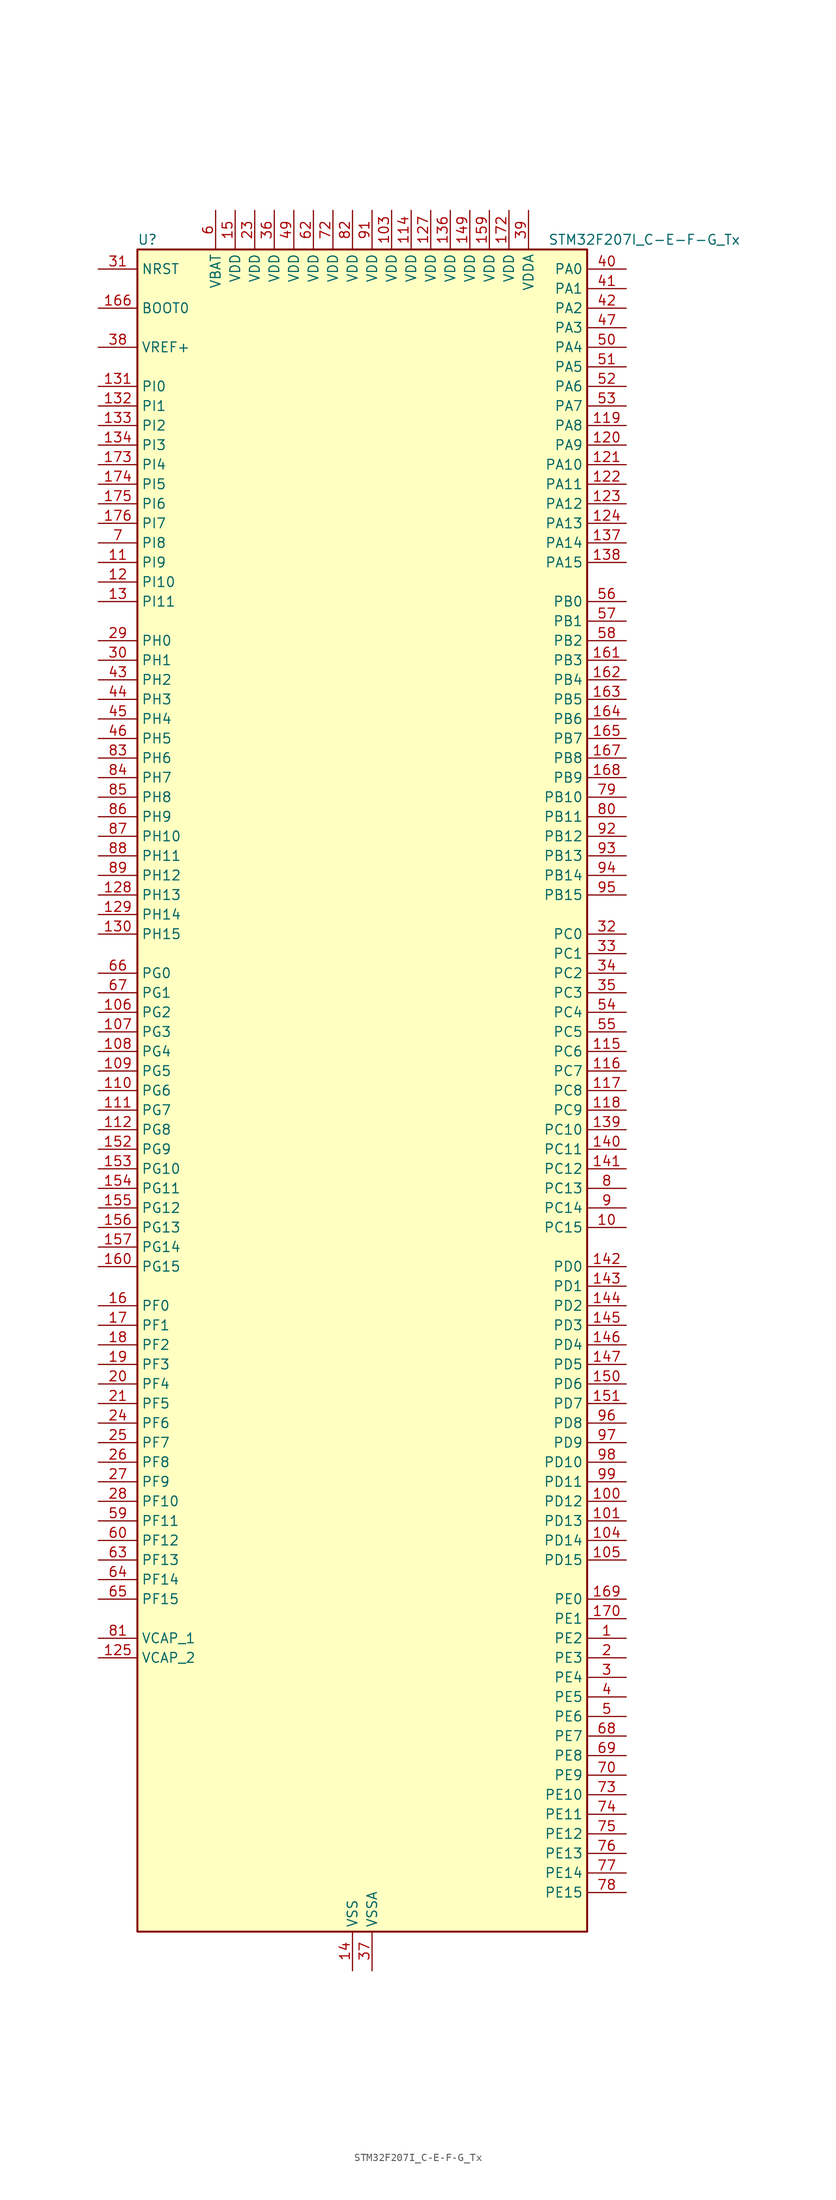
<source format=kicad_sym>
(kicad_symbol_lib
  (version 20231120)
  (generator "kicad_symbol_editor")
  (generator_version "8.0")
  (symbol "STM32F207I_C-E-F-G_Tx"
    (property "Reference" "U"
      (at -27.94 110.49 0)
      (effects (font (size 1.27 1.27)) (justify left)))
    (property "Value" "STM32F207I_C-E-F-G_Tx"
      (at 25.4 110.49 0)
      (effects (font (size 1.27 1.27)) (justify left)))
    (property "ki_locked" ""
      (at 0 0 0)
      (effects (font (size 1.27 1.27))))
    (symbol "STM32F207I_C-E-F-G_Tx_0_1"
      (rectangle (start -27.94 -109.22) (end 30.48 109.22) (stroke (width 0.254) (type default)) (fill (type background))))
    (symbol "STM32F207I_C-E-F-G_Tx_1_1"
      (pin bidirectional line (at 35.56 -71.12 180) (length 5.08) (name "PE2" (effects (font (size 1.27 1.27)))) (number "1" (effects (font (size 1.27 1.27)))) (alternate "ETH_TXD3" bidirectional line) (alternate "FSMC_A23" bidirectional line) (alternate "SYS_TRACECLK" bidirectional line))
      (pin bidirectional line (at 35.56 -17.78 180) (length 5.08) (name "PC15" (effects (font (size 1.27 1.27)))) (number "10" (effects (font (size 1.27 1.27)))) (alternate "ADC1_EXTI15" bidirectional line) (alternate "ADC2_EXTI15" bidirectional line) (alternate "ADC3_EXTI15" bidirectional line) (alternate "RCC_OSC32_OUT" bidirectional line))
      (pin bidirectional line (at 35.56 -53.34 180) (length 5.08) (name "PD12" (effects (font (size 1.27 1.27)))) (number "100" (effects (font (size 1.27 1.27)))) (alternate "FSMC_A17" bidirectional line) (alternate "FSMC_ALE" bidirectional line) (alternate "TIM4_CH1" bidirectional line) (alternate "USART3_RTS" bidirectional line))
      (pin bidirectional line (at 35.56 -55.88 180) (length 5.08) (name "PD13" (effects (font (size 1.27 1.27)))) (number "101" (effects (font (size 1.27 1.27)))) (alternate "FSMC_A18" bidirectional line) (alternate "TIM4_CH2" bidirectional line))
      (pin passive line (at 0 -114.3 90) (length 5.08) hide (name "VSS" (effects (font (size 1.27 1.27)))) (number "102" (effects (font (size 1.27 1.27)))))
      (pin power_in line (at 5.08 114.3 270) (length 5.08) (name "VDD" (effects (font (size 1.27 1.27)))) (number "103" (effects (font (size 1.27 1.27)))))
      (pin bidirectional line (at 35.56 -58.42 180) (length 5.08) (name "PD14" (effects (font (size 1.27 1.27)))) (number "104" (effects (font (size 1.27 1.27)))) (alternate "FSMC_D0" bidirectional line) (alternate "FSMC_DA0" bidirectional line) (alternate "TIM4_CH3" bidirectional line))
      (pin bidirectional line (at 35.56 -60.96 180) (length 5.08) (name "PD15" (effects (font (size 1.27 1.27)))) (number "105" (effects (font (size 1.27 1.27)))) (alternate "ADC1_EXTI15" bidirectional line) (alternate "ADC2_EXTI15" bidirectional line) (alternate "ADC3_EXTI15" bidirectional line) (alternate "FSMC_D1" bidirectional line) (alternate "FSMC_DA1" bidirectional line) (alternate "TIM4_CH4" bidirectional line))
      (pin bidirectional line (at -33.02 10.16 0) (length 5.08) (name "PG2" (effects (font (size 1.27 1.27)))) (number "106" (effects (font (size 1.27 1.27)))) (alternate "FSMC_A12" bidirectional line))
      (pin bidirectional line (at -33.02 7.62 0) (length 5.08) (name "PG3" (effects (font (size 1.27 1.27)))) (number "107" (effects (font (size 1.27 1.27)))) (alternate "FSMC_A13" bidirectional line))
      (pin bidirectional line (at -33.02 5.08 0) (length 5.08) (name "PG4" (effects (font (size 1.27 1.27)))) (number "108" (effects (font (size 1.27 1.27)))) (alternate "FSMC_A14" bidirectional line))
      (pin bidirectional line (at -33.02 2.54 0) (length 5.08) (name "PG5" (effects (font (size 1.27 1.27)))) (number "109" (effects (font (size 1.27 1.27)))) (alternate "FSMC_A15" bidirectional line))
      (pin bidirectional line (at -33.02 68.58 0) (length 5.08) (name "PI9" (effects (font (size 1.27 1.27)))) (number "11" (effects (font (size 1.27 1.27)))) (alternate "CAN1_RX" bidirectional line) (alternate "DAC_EXTI9" bidirectional line))
      (pin bidirectional line (at -33.02 0 0) (length 5.08) (name "PG6" (effects (font (size 1.27 1.27)))) (number "110" (effects (font (size 1.27 1.27)))) (alternate "FSMC_INT2" bidirectional line))
      (pin bidirectional line (at -33.02 -2.54 0) (length 5.08) (name "PG7" (effects (font (size 1.27 1.27)))) (number "111" (effects (font (size 1.27 1.27)))) (alternate "FSMC_INT3" bidirectional line) (alternate "USART6_CK" bidirectional line))
      (pin bidirectional line (at -33.02 -5.08 0) (length 5.08) (name "PG8" (effects (font (size 1.27 1.27)))) (number "112" (effects (font (size 1.27 1.27)))) (alternate "ETH_PPS_OUT" bidirectional line) (alternate "USART6_RTS" bidirectional line))
      (pin passive line (at 0 -114.3 90) (length 5.08) hide (name "VSS" (effects (font (size 1.27 1.27)))) (number "113" (effects (font (size 1.27 1.27)))))
      (pin power_in line (at 7.62 114.3 270) (length 5.08) (name "VDD" (effects (font (size 1.27 1.27)))) (number "114" (effects (font (size 1.27 1.27)))))
      (pin bidirectional line (at 35.56 5.08 180) (length 5.08) (name "PC6" (effects (font (size 1.27 1.27)))) (number "115" (effects (font (size 1.27 1.27)))) (alternate "DCMI_D0" bidirectional line) (alternate "I2S2_MCK" bidirectional line) (alternate "SDIO_D6" bidirectional line) (alternate "TIM3_CH1" bidirectional line) (alternate "TIM8_CH1" bidirectional line) (alternate "USART6_TX" bidirectional line))
      (pin bidirectional line (at 35.56 2.54 180) (length 5.08) (name "PC7" (effects (font (size 1.27 1.27)))) (number "116" (effects (font (size 1.27 1.27)))) (alternate "DCMI_D1" bidirectional line) (alternate "I2S3_MCK" bidirectional line) (alternate "SDIO_D7" bidirectional line) (alternate "TIM3_CH2" bidirectional line) (alternate "TIM8_CH2" bidirectional line) (alternate "USART6_RX" bidirectional line))
      (pin bidirectional line (at 35.56 0 180) (length 5.08) (name "PC8" (effects (font (size 1.27 1.27)))) (number "117" (effects (font (size 1.27 1.27)))) (alternate "DCMI_D2" bidirectional line) (alternate "SDIO_D0" bidirectional line) (alternate "TIM3_CH3" bidirectional line) (alternate "TIM8_CH3" bidirectional line) (alternate "USART6_CK" bidirectional line))
      (pin bidirectional line (at 35.56 -2.54 180) (length 5.08) (name "PC9" (effects (font (size 1.27 1.27)))) (number "118" (effects (font (size 1.27 1.27)))) (alternate "DAC_EXTI9" bidirectional line) (alternate "DCMI_D3" bidirectional line) (alternate "I2C3_SDA" bidirectional line) (alternate "I2S_CKIN" bidirectional line) (alternate "RCC_MCO_2" bidirectional line) (alternate "SDIO_D1" bidirectional line) (alternate "TIM3_CH4" bidirectional line) (alternate "TIM8_CH4" bidirectional line))
      (pin bidirectional line (at 35.56 86.36 180) (length 5.08) (name "PA8" (effects (font (size 1.27 1.27)))) (number "119" (effects (font (size 1.27 1.27)))) (alternate "I2C3_SCL" bidirectional line) (alternate "RCC_MCO_1" bidirectional line) (alternate "TIM1_CH1" bidirectional line) (alternate "USART1_CK" bidirectional line) (alternate "USB_OTG_FS_SOF" bidirectional line))
      (pin bidirectional line (at -33.02 66.04 0) (length 5.08) (name "PI10" (effects (font (size 1.27 1.27)))) (number "12" (effects (font (size 1.27 1.27)))) (alternate "ETH_RX_ER" bidirectional line))
      (pin bidirectional line (at 35.56 83.82 180) (length 5.08) (name "PA9" (effects (font (size 1.27 1.27)))) (number "120" (effects (font (size 1.27 1.27)))) (alternate "DAC_EXTI9" bidirectional line) (alternate "DCMI_D0" bidirectional line) (alternate "I2C3_SMBA" bidirectional line) (alternate "TIM1_CH2" bidirectional line) (alternate "USART1_TX" bidirectional line) (alternate "USB_OTG_FS_VBUS" bidirectional line))
      (pin bidirectional line (at 35.56 81.28 180) (length 5.08) (name "PA10" (effects (font (size 1.27 1.27)))) (number "121" (effects (font (size 1.27 1.27)))) (alternate "DCMI_D1" bidirectional line) (alternate "TIM1_CH3" bidirectional line) (alternate "USART1_RX" bidirectional line) (alternate "USB_OTG_FS_ID" bidirectional line))
      (pin bidirectional line (at 35.56 78.74 180) (length 5.08) (name "PA11" (effects (font (size 1.27 1.27)))) (number "122" (effects (font (size 1.27 1.27)))) (alternate "ADC1_EXTI11" bidirectional line) (alternate "ADC2_EXTI11" bidirectional line) (alternate "ADC3_EXTI11" bidirectional line) (alternate "CAN1_RX" bidirectional line) (alternate "TIM1_CH4" bidirectional line) (alternate "USART1_CTS" bidirectional line) (alternate "USB_OTG_FS_DM" bidirectional line))
      (pin bidirectional line (at 35.56 76.2 180) (length 5.08) (name "PA12" (effects (font (size 1.27 1.27)))) (number "123" (effects (font (size 1.27 1.27)))) (alternate "CAN1_TX" bidirectional line) (alternate "TIM1_ETR" bidirectional line) (alternate "USART1_RTS" bidirectional line) (alternate "USB_OTG_FS_DP" bidirectional line))
      (pin bidirectional line (at 35.56 73.66 180) (length 5.08) (name "PA13" (effects (font (size 1.27 1.27)))) (number "124" (effects (font (size 1.27 1.27)))) (alternate "SYS_JTMS-SWDIO" bidirectional line))
      (pin power_out line (at -33.02 -73.66 0) (length 5.08) (name "VCAP_2" (effects (font (size 1.27 1.27)))) (number "125" (effects (font (size 1.27 1.27)))))
      (pin passive line (at 0 -114.3 90) (length 5.08) hide (name "VSS" (effects (font (size 1.27 1.27)))) (number "126" (effects (font (size 1.27 1.27)))))
      (pin power_in line (at 10.16 114.3 270) (length 5.08) (name "VDD" (effects (font (size 1.27 1.27)))) (number "127" (effects (font (size 1.27 1.27)))))
      (pin bidirectional line (at -33.02 25.4 0) (length 5.08) (name "PH13" (effects (font (size 1.27 1.27)))) (number "128" (effects (font (size 1.27 1.27)))) (alternate "CAN1_TX" bidirectional line) (alternate "TIM8_CH1N" bidirectional line))
      (pin bidirectional line (at -33.02 22.86 0) (length 5.08) (name "PH14" (effects (font (size 1.27 1.27)))) (number "129" (effects (font (size 1.27 1.27)))) (alternate "DCMI_D4" bidirectional line) (alternate "TIM8_CH2N" bidirectional line))
      (pin bidirectional line (at -33.02 63.5 0) (length 5.08) (name "PI11" (effects (font (size 1.27 1.27)))) (number "13" (effects (font (size 1.27 1.27)))) (alternate "ADC1_EXTI11" bidirectional line) (alternate "ADC2_EXTI11" bidirectional line) (alternate "ADC3_EXTI11" bidirectional line) (alternate "USB_OTG_HS_ULPI_DIR" bidirectional line))
      (pin bidirectional line (at -33.02 20.32 0) (length 5.08) (name "PH15" (effects (font (size 1.27 1.27)))) (number "130" (effects (font (size 1.27 1.27)))) (alternate "ADC1_EXTI15" bidirectional line) (alternate "ADC2_EXTI15" bidirectional line) (alternate "ADC3_EXTI15" bidirectional line) (alternate "DCMI_D11" bidirectional line) (alternate "TIM8_CH3N" bidirectional line))
      (pin bidirectional line (at -33.02 91.44 0) (length 5.08) (name "PI0" (effects (font (size 1.27 1.27)))) (number "131" (effects (font (size 1.27 1.27)))) (alternate "DCMI_D13" bidirectional line) (alternate "I2S2_WS" bidirectional line) (alternate "SPI2_NSS" bidirectional line) (alternate "TIM5_CH4" bidirectional line))
      (pin bidirectional line (at -33.02 88.9 0) (length 5.08) (name "PI1" (effects (font (size 1.27 1.27)))) (number "132" (effects (font (size 1.27 1.27)))) (alternate "DCMI_D8" bidirectional line) (alternate "I2S2_SCK" bidirectional line) (alternate "SPI2_SCK" bidirectional line))
      (pin bidirectional line (at -33.02 86.36 0) (length 5.08) (name "PI2" (effects (font (size 1.27 1.27)))) (number "133" (effects (font (size 1.27 1.27)))) (alternate "DCMI_D9" bidirectional line) (alternate "SPI2_MISO" bidirectional line) (alternate "TIM8_CH4" bidirectional line))
      (pin bidirectional line (at -33.02 83.82 0) (length 5.08) (name "PI3" (effects (font (size 1.27 1.27)))) (number "134" (effects (font (size 1.27 1.27)))) (alternate "DCMI_D10" bidirectional line) (alternate "I2S2_SD" bidirectional line) (alternate "SPI2_MOSI" bidirectional line) (alternate "TIM8_ETR" bidirectional line))
      (pin passive line (at 0 -114.3 90) (length 5.08) hide (name "VSS" (effects (font (size 1.27 1.27)))) (number "135" (effects (font (size 1.27 1.27)))))
      (pin power_in line (at 12.7 114.3 270) (length 5.08) (name "VDD" (effects (font (size 1.27 1.27)))) (number "136" (effects (font (size 1.27 1.27)))))
      (pin bidirectional line (at 35.56 71.12 180) (length 5.08) (name "PA14" (effects (font (size 1.27 1.27)))) (number "137" (effects (font (size 1.27 1.27)))) (alternate "SYS_JTCK-SWCLK" bidirectional line))
      (pin bidirectional line (at 35.56 68.58 180) (length 5.08) (name "PA15" (effects (font (size 1.27 1.27)))) (number "138" (effects (font (size 1.27 1.27)))) (alternate "ADC1_EXTI15" bidirectional line) (alternate "ADC2_EXTI15" bidirectional line) (alternate "ADC3_EXTI15" bidirectional line) (alternate "I2S3_WS" bidirectional line) (alternate "SPI1_NSS" bidirectional line) (alternate "SPI3_NSS" bidirectional line) (alternate "SYS_JTDI" bidirectional line) (alternate "TIM2_CH1" bidirectional line) (alternate "TIM2_ETR" bidirectional line))
      (pin bidirectional line (at 35.56 -5.08 180) (length 5.08) (name "PC10" (effects (font (size 1.27 1.27)))) (number "139" (effects (font (size 1.27 1.27)))) (alternate "DCMI_D8" bidirectional line) (alternate "I2S3_SCK" bidirectional line) (alternate "SDIO_D2" bidirectional line) (alternate "SPI3_SCK" bidirectional line) (alternate "UART4_TX" bidirectional line) (alternate "USART3_TX" bidirectional line))
      (pin power_in line (at 0 -114.3 90) (length 5.08) (name "VSS" (effects (font (size 1.27 1.27)))) (number "14" (effects (font (size 1.27 1.27)))))
      (pin bidirectional line (at 35.56 -7.62 180) (length 5.08) (name "PC11" (effects (font (size 1.27 1.27)))) (number "140" (effects (font (size 1.27 1.27)))) (alternate "ADC1_EXTI11" bidirectional line) (alternate "ADC2_EXTI11" bidirectional line) (alternate "ADC3_EXTI11" bidirectional line) (alternate "DCMI_D4" bidirectional line) (alternate "SDIO_D3" bidirectional line) (alternate "SPI3_MISO" bidirectional line) (alternate "UART4_RX" bidirectional line) (alternate "USART3_RX" bidirectional line))
      (pin bidirectional line (at 35.56 -10.16 180) (length 5.08) (name "PC12" (effects (font (size 1.27 1.27)))) (number "141" (effects (font (size 1.27 1.27)))) (alternate "DCMI_D9" bidirectional line) (alternate "I2S3_SD" bidirectional line) (alternate "SDIO_CK" bidirectional line) (alternate "SPI3_MOSI" bidirectional line) (alternate "UART5_TX" bidirectional line) (alternate "USART3_CK" bidirectional line))
      (pin bidirectional line (at 35.56 -22.86 180) (length 5.08) (name "PD0" (effects (font (size 1.27 1.27)))) (number "142" (effects (font (size 1.27 1.27)))) (alternate "CAN1_RX" bidirectional line) (alternate "FSMC_D2" bidirectional line) (alternate "FSMC_DA2" bidirectional line))
      (pin bidirectional line (at 35.56 -25.4 180) (length 5.08) (name "PD1" (effects (font (size 1.27 1.27)))) (number "143" (effects (font (size 1.27 1.27)))) (alternate "CAN1_TX" bidirectional line) (alternate "FSMC_D3" bidirectional line) (alternate "FSMC_DA3" bidirectional line))
      (pin bidirectional line (at 35.56 -27.94 180) (length 5.08) (name "PD2" (effects (font (size 1.27 1.27)))) (number "144" (effects (font (size 1.27 1.27)))) (alternate "DCMI_D11" bidirectional line) (alternate "SDIO_CMD" bidirectional line) (alternate "TIM3_ETR" bidirectional line) (alternate "UART5_RX" bidirectional line))
      (pin bidirectional line (at 35.56 -30.48 180) (length 5.08) (name "PD3" (effects (font (size 1.27 1.27)))) (number "145" (effects (font (size 1.27 1.27)))) (alternate "FSMC_CLK" bidirectional line) (alternate "USART2_CTS" bidirectional line))
      (pin bidirectional line (at 35.56 -33.02 180) (length 5.08) (name "PD4" (effects (font (size 1.27 1.27)))) (number "146" (effects (font (size 1.27 1.27)))) (alternate "FSMC_NOE" bidirectional line) (alternate "USART2_RTS" bidirectional line))
      (pin bidirectional line (at 35.56 -35.56 180) (length 5.08) (name "PD5" (effects (font (size 1.27 1.27)))) (number "147" (effects (font (size 1.27 1.27)))) (alternate "FSMC_NWE" bidirectional line) (alternate "USART2_TX" bidirectional line))
      (pin passive line (at 0 -114.3 90) (length 5.08) hide (name "VSS" (effects (font (size 1.27 1.27)))) (number "148" (effects (font (size 1.27 1.27)))))
      (pin power_in line (at 15.24 114.3 270) (length 5.08) (name "VDD" (effects (font (size 1.27 1.27)))) (number "149" (effects (font (size 1.27 1.27)))))
      (pin power_in line (at -15.24 114.3 270) (length 5.08) (name "VDD" (effects (font (size 1.27 1.27)))) (number "15" (effects (font (size 1.27 1.27)))))
      (pin bidirectional line (at 35.56 -38.1 180) (length 5.08) (name "PD6" (effects (font (size 1.27 1.27)))) (number "150" (effects (font (size 1.27 1.27)))) (alternate "FSMC_NWAIT" bidirectional line) (alternate "USART2_RX" bidirectional line))
      (pin bidirectional line (at 35.56 -40.64 180) (length 5.08) (name "PD7" (effects (font (size 1.27 1.27)))) (number "151" (effects (font (size 1.27 1.27)))) (alternate "FSMC_NCE2" bidirectional line) (alternate "FSMC_NE1" bidirectional line) (alternate "USART2_CK" bidirectional line))
      (pin bidirectional line (at -33.02 -7.62 0) (length 5.08) (name "PG9" (effects (font (size 1.27 1.27)))) (number "152" (effects (font (size 1.27 1.27)))) (alternate "DAC_EXTI9" bidirectional line) (alternate "FSMC_NCE3" bidirectional line) (alternate "FSMC_NE2" bidirectional line) (alternate "USART6_RX" bidirectional line))
      (pin bidirectional line (at -33.02 -10.16 0) (length 5.08) (name "PG10" (effects (font (size 1.27 1.27)))) (number "153" (effects (font (size 1.27 1.27)))) (alternate "FSMC_NCE4_1" bidirectional line) (alternate "FSMC_NE3" bidirectional line))
      (pin bidirectional line (at -33.02 -12.7 0) (length 5.08) (name "PG11" (effects (font (size 1.27 1.27)))) (number "154" (effects (font (size 1.27 1.27)))) (alternate "ADC1_EXTI11" bidirectional line) (alternate "ADC2_EXTI11" bidirectional line) (alternate "ADC3_EXTI11" bidirectional line) (alternate "ETH_TX_EN" bidirectional line) (alternate "FSMC_NCE4_2" bidirectional line))
      (pin bidirectional line (at -33.02 -15.24 0) (length 5.08) (name "PG12" (effects (font (size 1.27 1.27)))) (number "155" (effects (font (size 1.27 1.27)))) (alternate "FSMC_NE4" bidirectional line) (alternate "USART6_RTS" bidirectional line))
      (pin bidirectional line (at -33.02 -17.78 0) (length 5.08) (name "PG13" (effects (font (size 1.27 1.27)))) (number "156" (effects (font (size 1.27 1.27)))) (alternate "ETH_TXD0" bidirectional line) (alternate "FSMC_A24" bidirectional line) (alternate "USART6_CTS" bidirectional line))
      (pin bidirectional line (at -33.02 -20.32 0) (length 5.08) (name "PG14" (effects (font (size 1.27 1.27)))) (number "157" (effects (font (size 1.27 1.27)))) (alternate "ETH_TXD1" bidirectional line) (alternate "FSMC_A25" bidirectional line) (alternate "USART6_TX" bidirectional line))
      (pin passive line (at 0 -114.3 90) (length 5.08) hide (name "VSS" (effects (font (size 1.27 1.27)))) (number "158" (effects (font (size 1.27 1.27)))))
      (pin power_in line (at 17.78 114.3 270) (length 5.08) (name "VDD" (effects (font (size 1.27 1.27)))) (number "159" (effects (font (size 1.27 1.27)))))
      (pin bidirectional line (at -33.02 -27.94 0) (length 5.08) (name "PF0" (effects (font (size 1.27 1.27)))) (number "16" (effects (font (size 1.27 1.27)))) (alternate "FSMC_A0" bidirectional line) (alternate "I2C2_SDA" bidirectional line))
      (pin bidirectional line (at -33.02 -22.86 0) (length 5.08) (name "PG15" (effects (font (size 1.27 1.27)))) (number "160" (effects (font (size 1.27 1.27)))) (alternate "ADC1_EXTI15" bidirectional line) (alternate "ADC2_EXTI15" bidirectional line) (alternate "ADC3_EXTI15" bidirectional line) (alternate "DCMI_D13" bidirectional line) (alternate "USART6_CTS" bidirectional line))
      (pin bidirectional line (at 35.56 55.88 180) (length 5.08) (name "PB3" (effects (font (size 1.27 1.27)))) (number "161" (effects (font (size 1.27 1.27)))) (alternate "I2S3_SCK" bidirectional line) (alternate "SPI1_SCK" bidirectional line) (alternate "SPI3_SCK" bidirectional line) (alternate "SYS_JTDO-SWO" bidirectional line) (alternate "TIM2_CH2" bidirectional line))
      (pin bidirectional line (at 35.56 53.34 180) (length 5.08) (name "PB4" (effects (font (size 1.27 1.27)))) (number "162" (effects (font (size 1.27 1.27)))) (alternate "SPI1_MISO" bidirectional line) (alternate "SPI3_MISO" bidirectional line) (alternate "SYS_JTRST" bidirectional line) (alternate "TIM3_CH1" bidirectional line))
      (pin bidirectional line (at 35.56 50.8 180) (length 5.08) (name "PB5" (effects (font (size 1.27 1.27)))) (number "163" (effects (font (size 1.27 1.27)))) (alternate "CAN2_RX" bidirectional line) (alternate "DCMI_D10" bidirectional line) (alternate "ETH_PPS_OUT" bidirectional line) (alternate "I2C1_SMBA" bidirectional line) (alternate "I2S3_SD" bidirectional line) (alternate "SPI1_MOSI" bidirectional line) (alternate "SPI3_MOSI" bidirectional line) (alternate "TIM3_CH2" bidirectional line) (alternate "USB_OTG_HS_ULPI_D7" bidirectional line))
      (pin bidirectional line (at 35.56 48.26 180) (length 5.08) (name "PB6" (effects (font (size 1.27 1.27)))) (number "164" (effects (font (size 1.27 1.27)))) (alternate "CAN2_TX" bidirectional line) (alternate "DCMI_D5" bidirectional line) (alternate "I2C1_SCL" bidirectional line) (alternate "TIM4_CH1" bidirectional line) (alternate "USART1_TX" bidirectional line))
      (pin bidirectional line (at 35.56 45.72 180) (length 5.08) (name "PB7" (effects (font (size 1.27 1.27)))) (number "165" (effects (font (size 1.27 1.27)))) (alternate "DCMI_VSYNC" bidirectional line) (alternate "FSMC_NL" bidirectional line) (alternate "I2C1_SDA" bidirectional line) (alternate "TIM4_CH2" bidirectional line) (alternate "USART1_RX" bidirectional line))
      (pin input line (at -33.02 101.6 0) (length 5.08) (name "BOOT0" (effects (font (size 1.27 1.27)))) (number "166" (effects (font (size 1.27 1.27)))))
      (pin bidirectional line (at 35.56 43.18 180) (length 5.08) (name "PB8" (effects (font (size 1.27 1.27)))) (number "167" (effects (font (size 1.27 1.27)))) (alternate "CAN1_RX" bidirectional line) (alternate "DCMI_D6" bidirectional line) (alternate "ETH_TXD3" bidirectional line) (alternate "I2C1_SCL" bidirectional line) (alternate "SDIO_D4" bidirectional line) (alternate "TIM10_CH1" bidirectional line) (alternate "TIM4_CH3" bidirectional line))
      (pin bidirectional line (at 35.56 40.64 180) (length 5.08) (name "PB9" (effects (font (size 1.27 1.27)))) (number "168" (effects (font (size 1.27 1.27)))) (alternate "CAN1_TX" bidirectional line) (alternate "DAC_EXTI9" bidirectional line) (alternate "DCMI_D7" bidirectional line) (alternate "I2C1_SDA" bidirectional line) (alternate "I2S2_WS" bidirectional line) (alternate "SDIO_D5" bidirectional line) (alternate "SPI2_NSS" bidirectional line) (alternate "TIM11_CH1" bidirectional line) (alternate "TIM4_CH4" bidirectional line))
      (pin bidirectional line (at 35.56 -66.04 180) (length 5.08) (name "PE0" (effects (font (size 1.27 1.27)))) (number "169" (effects (font (size 1.27 1.27)))) (alternate "DCMI_D2" bidirectional line) (alternate "FSMC_NBL0" bidirectional line) (alternate "TIM4_ETR" bidirectional line))
      (pin bidirectional line (at -33.02 -30.48 0) (length 5.08) (name "PF1" (effects (font (size 1.27 1.27)))) (number "17" (effects (font (size 1.27 1.27)))) (alternate "FSMC_A1" bidirectional line) (alternate "I2C2_SCL" bidirectional line))
      (pin bidirectional line (at 35.56 -68.58 180) (length 5.08) (name "PE1" (effects (font (size 1.27 1.27)))) (number "170" (effects (font (size 1.27 1.27)))) (alternate "DCMI_D3" bidirectional line) (alternate "FSMC_NBL1" bidirectional line))
      (pin no_connect line (at -27.94 -109.22 0) (length 5.08) hide (name "RFU" (effects (font (size 1.27 1.27)))) (number "171" (effects (font (size 1.27 1.27)))))
      (pin power_in line (at 20.32 114.3 270) (length 5.08) (name "VDD" (effects (font (size 1.27 1.27)))) (number "172" (effects (font (size 1.27 1.27)))))
      (pin bidirectional line (at -33.02 81.28 0) (length 5.08) (name "PI4" (effects (font (size 1.27 1.27)))) (number "173" (effects (font (size 1.27 1.27)))) (alternate "DCMI_D5" bidirectional line) (alternate "TIM8_BKIN" bidirectional line))
      (pin bidirectional line (at -33.02 78.74 0) (length 5.08) (name "PI5" (effects (font (size 1.27 1.27)))) (number "174" (effects (font (size 1.27 1.27)))) (alternate "DCMI_VSYNC" bidirectional line) (alternate "TIM8_CH1" bidirectional line))
      (pin bidirectional line (at -33.02 76.2 0) (length 5.08) (name "PI6" (effects (font (size 1.27 1.27)))) (number "175" (effects (font (size 1.27 1.27)))) (alternate "DCMI_D6" bidirectional line) (alternate "TIM8_CH2" bidirectional line))
      (pin bidirectional line (at -33.02 73.66 0) (length 5.08) (name "PI7" (effects (font (size 1.27 1.27)))) (number "176" (effects (font (size 1.27 1.27)))) (alternate "DCMI_D7" bidirectional line) (alternate "TIM8_CH3" bidirectional line))
      (pin bidirectional line (at -33.02 -33.02 0) (length 5.08) (name "PF2" (effects (font (size 1.27 1.27)))) (number "18" (effects (font (size 1.27 1.27)))) (alternate "FSMC_A2" bidirectional line) (alternate "I2C2_SMBA" bidirectional line))
      (pin bidirectional line (at -33.02 -35.56 0) (length 5.08) (name "PF3" (effects (font (size 1.27 1.27)))) (number "19" (effects (font (size 1.27 1.27)))) (alternate "ADC3_IN9" bidirectional line) (alternate "FSMC_A3" bidirectional line))
      (pin bidirectional line (at 35.56 -73.66 180) (length 5.08) (name "PE3" (effects (font (size 1.27 1.27)))) (number "2" (effects (font (size 1.27 1.27)))) (alternate "FSMC_A19" bidirectional line) (alternate "SYS_TRACED0" bidirectional line))
      (pin bidirectional line (at -33.02 -38.1 0) (length 5.08) (name "PF4" (effects (font (size 1.27 1.27)))) (number "20" (effects (font (size 1.27 1.27)))) (alternate "ADC3_IN14" bidirectional line) (alternate "FSMC_A4" bidirectional line))
      (pin bidirectional line (at -33.02 -40.64 0) (length 5.08) (name "PF5" (effects (font (size 1.27 1.27)))) (number "21" (effects (font (size 1.27 1.27)))) (alternate "ADC3_IN15" bidirectional line) (alternate "FSMC_A5" bidirectional line))
      (pin passive line (at 0 -114.3 90) (length 5.08) hide (name "VSS" (effects (font (size 1.27 1.27)))) (number "22" (effects (font (size 1.27 1.27)))))
      (pin power_in line (at -12.7 114.3 270) (length 5.08) (name "VDD" (effects (font (size 1.27 1.27)))) (number "23" (effects (font (size 1.27 1.27)))))
      (pin bidirectional line (at -33.02 -43.18 0) (length 5.08) (name "PF6" (effects (font (size 1.27 1.27)))) (number "24" (effects (font (size 1.27 1.27)))) (alternate "ADC3_IN4" bidirectional line) (alternate "FSMC_NIORD" bidirectional line) (alternate "TIM10_CH1" bidirectional line))
      (pin bidirectional line (at -33.02 -45.72 0) (length 5.08) (name "PF7" (effects (font (size 1.27 1.27)))) (number "25" (effects (font (size 1.27 1.27)))) (alternate "ADC3_IN5" bidirectional line) (alternate "FSMC_NREG" bidirectional line) (alternate "TIM11_CH1" bidirectional line))
      (pin bidirectional line (at -33.02 -48.26 0) (length 5.08) (name "PF8" (effects (font (size 1.27 1.27)))) (number "26" (effects (font (size 1.27 1.27)))) (alternate "ADC3_IN6" bidirectional line) (alternate "FSMC_NIOWR" bidirectional line) (alternate "TIM13_CH1" bidirectional line))
      (pin bidirectional line (at -33.02 -50.8 0) (length 5.08) (name "PF9" (effects (font (size 1.27 1.27)))) (number "27" (effects (font (size 1.27 1.27)))) (alternate "ADC3_IN7" bidirectional line) (alternate "DAC_EXTI9" bidirectional line) (alternate "FSMC_CD" bidirectional line) (alternate "TIM14_CH1" bidirectional line))
      (pin bidirectional line (at -33.02 -53.34 0) (length 5.08) (name "PF10" (effects (font (size 1.27 1.27)))) (number "28" (effects (font (size 1.27 1.27)))) (alternate "ADC3_IN8" bidirectional line) (alternate "FSMC_INTR" bidirectional line))
      (pin bidirectional line (at -33.02 58.42 0) (length 5.08) (name "PH0" (effects (font (size 1.27 1.27)))) (number "29" (effects (font (size 1.27 1.27)))) (alternate "RCC_OSC_IN" bidirectional line))
      (pin bidirectional line (at 35.56 -76.2 180) (length 5.08) (name "PE4" (effects (font (size 1.27 1.27)))) (number "3" (effects (font (size 1.27 1.27)))) (alternate "DCMI_D4" bidirectional line) (alternate "FSMC_A20" bidirectional line) (alternate "SYS_TRACED1" bidirectional line))
      (pin bidirectional line (at -33.02 55.88 0) (length 5.08) (name "PH1" (effects (font (size 1.27 1.27)))) (number "30" (effects (font (size 1.27 1.27)))) (alternate "RCC_OSC_OUT" bidirectional line))
      (pin input line (at -33.02 106.68 0) (length 5.08) (name "NRST" (effects (font (size 1.27 1.27)))) (number "31" (effects (font (size 1.27 1.27)))))
      (pin bidirectional line (at 35.56 20.32 180) (length 5.08) (name "PC0" (effects (font (size 1.27 1.27)))) (number "32" (effects (font (size 1.27 1.27)))) (alternate "ADC1_IN10" bidirectional line) (alternate "ADC2_IN10" bidirectional line) (alternate "ADC3_IN10" bidirectional line) (alternate "USB_OTG_HS_ULPI_STP" bidirectional line))
      (pin bidirectional line (at 35.56 17.78 180) (length 5.08) (name "PC1" (effects (font (size 1.27 1.27)))) (number "33" (effects (font (size 1.27 1.27)))) (alternate "ADC1_IN11" bidirectional line) (alternate "ADC2_IN11" bidirectional line) (alternate "ADC3_IN11" bidirectional line) (alternate "ETH_MDC" bidirectional line))
      (pin bidirectional line (at 35.56 15.24 180) (length 5.08) (name "PC2" (effects (font (size 1.27 1.27)))) (number "34" (effects (font (size 1.27 1.27)))) (alternate "ADC1_IN12" bidirectional line) (alternate "ADC2_IN12" bidirectional line) (alternate "ADC3_IN12" bidirectional line) (alternate "ETH_TXD2" bidirectional line) (alternate "SPI2_MISO" bidirectional line) (alternate "USB_OTG_HS_ULPI_DIR" bidirectional line))
      (pin bidirectional line (at 35.56 12.7 180) (length 5.08) (name "PC3" (effects (font (size 1.27 1.27)))) (number "35" (effects (font (size 1.27 1.27)))) (alternate "ADC1_IN13" bidirectional line) (alternate "ADC2_IN13" bidirectional line) (alternate "ADC3_IN13" bidirectional line) (alternate "ETH_TX_CLK" bidirectional line) (alternate "I2S2_SD" bidirectional line) (alternate "SPI2_MOSI" bidirectional line) (alternate "USB_OTG_HS_ULPI_NXT" bidirectional line))
      (pin power_in line (at -10.16 114.3 270) (length 5.08) (name "VDD" (effects (font (size 1.27 1.27)))) (number "36" (effects (font (size 1.27 1.27)))))
      (pin power_in line (at 2.54 -114.3 90) (length 5.08) (name "VSSA" (effects (font (size 1.27 1.27)))) (number "37" (effects (font (size 1.27 1.27)))))
      (pin input line (at -33.02 96.52 0) (length 5.08) (name "VREF+" (effects (font (size 1.27 1.27)))) (number "38" (effects (font (size 1.27 1.27)))))
      (pin power_in line (at 22.86 114.3 270) (length 5.08) (name "VDDA" (effects (font (size 1.27 1.27)))) (number "39" (effects (font (size 1.27 1.27)))))
      (pin bidirectional line (at 35.56 -78.74 180) (length 5.08) (name "PE5" (effects (font (size 1.27 1.27)))) (number "4" (effects (font (size 1.27 1.27)))) (alternate "DCMI_D6" bidirectional line) (alternate "FSMC_A21" bidirectional line) (alternate "SYS_TRACED2" bidirectional line) (alternate "TIM9_CH1" bidirectional line))
      (pin bidirectional line (at 35.56 106.68 180) (length 5.08) (name "PA0" (effects (font (size 1.27 1.27)))) (number "40" (effects (font (size 1.27 1.27)))) (alternate "ADC1_IN0" bidirectional line) (alternate "ADC2_IN0" bidirectional line) (alternate "ADC3_IN0" bidirectional line) (alternate "ETH_CRS" bidirectional line) (alternate "SYS_WKUP" bidirectional line) (alternate "TIM2_CH1" bidirectional line) (alternate "TIM2_ETR" bidirectional line) (alternate "TIM5_CH1" bidirectional line) (alternate "TIM8_ETR" bidirectional line) (alternate "UART4_TX" bidirectional line) (alternate "USART2_CTS" bidirectional line))
      (pin bidirectional line (at 35.56 104.14 180) (length 5.08) (name "PA1" (effects (font (size 1.27 1.27)))) (number "41" (effects (font (size 1.27 1.27)))) (alternate "ADC1_IN1" bidirectional line) (alternate "ADC2_IN1" bidirectional line) (alternate "ADC3_IN1" bidirectional line) (alternate "ETH_REF_CLK" bidirectional line) (alternate "ETH_RX_CLK" bidirectional line) (alternate "TIM2_CH2" bidirectional line) (alternate "TIM5_CH2" bidirectional line) (alternate "UART4_RX" bidirectional line) (alternate "USART2_RTS" bidirectional line))
      (pin bidirectional line (at 35.56 101.6 180) (length 5.08) (name "PA2" (effects (font (size 1.27 1.27)))) (number "42" (effects (font (size 1.27 1.27)))) (alternate "ADC1_IN2" bidirectional line) (alternate "ADC2_IN2" bidirectional line) (alternate "ADC3_IN2" bidirectional line) (alternate "ETH_MDIO" bidirectional line) (alternate "TIM2_CH3" bidirectional line) (alternate "TIM5_CH3" bidirectional line) (alternate "TIM9_CH1" bidirectional line) (alternate "USART2_TX" bidirectional line))
      (pin bidirectional line (at -33.02 53.34 0) (length 5.08) (name "PH2" (effects (font (size 1.27 1.27)))) (number "43" (effects (font (size 1.27 1.27)))) (alternate "ETH_CRS" bidirectional line))
      (pin bidirectional line (at -33.02 50.8 0) (length 5.08) (name "PH3" (effects (font (size 1.27 1.27)))) (number "44" (effects (font (size 1.27 1.27)))) (alternate "ETH_COL" bidirectional line))
      (pin bidirectional line (at -33.02 48.26 0) (length 5.08) (name "PH4" (effects (font (size 1.27 1.27)))) (number "45" (effects (font (size 1.27 1.27)))) (alternate "I2C2_SCL" bidirectional line) (alternate "USB_OTG_HS_ULPI_NXT" bidirectional line))
      (pin bidirectional line (at -33.02 45.72 0) (length 5.08) (name "PH5" (effects (font (size 1.27 1.27)))) (number "46" (effects (font (size 1.27 1.27)))) (alternate "I2C2_SDA" bidirectional line))
      (pin bidirectional line (at 35.56 99.06 180) (length 5.08) (name "PA3" (effects (font (size 1.27 1.27)))) (number "47" (effects (font (size 1.27 1.27)))) (alternate "ADC1_IN3" bidirectional line) (alternate "ADC2_IN3" bidirectional line) (alternate "ADC3_IN3" bidirectional line) (alternate "ETH_COL" bidirectional line) (alternate "TIM2_CH4" bidirectional line) (alternate "TIM5_CH4" bidirectional line) (alternate "TIM9_CH2" bidirectional line) (alternate "USART2_RX" bidirectional line) (alternate "USB_OTG_HS_ULPI_D0" bidirectional line))
      (pin passive line (at 0 -114.3 90) (length 5.08) hide (name "VSS" (effects (font (size 1.27 1.27)))) (number "48" (effects (font (size 1.27 1.27)))))
      (pin power_in line (at -7.62 114.3 270) (length 5.08) (name "VDD" (effects (font (size 1.27 1.27)))) (number "49" (effects (font (size 1.27 1.27)))))
      (pin bidirectional line (at 35.56 -81.28 180) (length 5.08) (name "PE6" (effects (font (size 1.27 1.27)))) (number "5" (effects (font (size 1.27 1.27)))) (alternate "DCMI_D7" bidirectional line) (alternate "FSMC_A22" bidirectional line) (alternate "SYS_TRACED3" bidirectional line) (alternate "TIM9_CH2" bidirectional line))
      (pin bidirectional line (at 35.56 96.52 180) (length 5.08) (name "PA4" (effects (font (size 1.27 1.27)))) (number "50" (effects (font (size 1.27 1.27)))) (alternate "ADC1_IN4" bidirectional line) (alternate "ADC2_IN4" bidirectional line) (alternate "DAC_OUT1" bidirectional line) (alternate "DCMI_HSYNC" bidirectional line) (alternate "I2S3_WS" bidirectional line) (alternate "SPI1_NSS" bidirectional line) (alternate "SPI3_NSS" bidirectional line) (alternate "USART2_CK" bidirectional line) (alternate "USB_OTG_HS_SOF" bidirectional line))
      (pin bidirectional line (at 35.56 93.98 180) (length 5.08) (name "PA5" (effects (font (size 1.27 1.27)))) (number "51" (effects (font (size 1.27 1.27)))) (alternate "ADC1_IN5" bidirectional line) (alternate "ADC2_IN5" bidirectional line) (alternate "DAC_OUT2" bidirectional line) (alternate "SPI1_SCK" bidirectional line) (alternate "TIM2_CH1" bidirectional line) (alternate "TIM2_ETR" bidirectional line) (alternate "TIM8_CH1N" bidirectional line) (alternate "USB_OTG_HS_ULPI_CK" bidirectional line))
      (pin bidirectional line (at 35.56 91.44 180) (length 5.08) (name "PA6" (effects (font (size 1.27 1.27)))) (number "52" (effects (font (size 1.27 1.27)))) (alternate "ADC1_IN6" bidirectional line) (alternate "ADC2_IN6" bidirectional line) (alternate "DCMI_PIXCLK" bidirectional line) (alternate "SPI1_MISO" bidirectional line) (alternate "TIM13_CH1" bidirectional line) (alternate "TIM1_BKIN" bidirectional line) (alternate "TIM3_CH1" bidirectional line) (alternate "TIM8_BKIN" bidirectional line))
      (pin bidirectional line (at 35.56 88.9 180) (length 5.08) (name "PA7" (effects (font (size 1.27 1.27)))) (number "53" (effects (font (size 1.27 1.27)))) (alternate "ADC1_IN7" bidirectional line) (alternate "ADC2_IN7" bidirectional line) (alternate "ETH_CRS_DV" bidirectional line) (alternate "ETH_RX_DV" bidirectional line) (alternate "SPI1_MOSI" bidirectional line) (alternate "TIM14_CH1" bidirectional line) (alternate "TIM1_CH1N" bidirectional line) (alternate "TIM3_CH2" bidirectional line) (alternate "TIM8_CH1N" bidirectional line))
      (pin bidirectional line (at 35.56 10.16 180) (length 5.08) (name "PC4" (effects (font (size 1.27 1.27)))) (number "54" (effects (font (size 1.27 1.27)))) (alternate "ADC1_IN14" bidirectional line) (alternate "ADC2_IN14" bidirectional line) (alternate "ETH_RXD0" bidirectional line))
      (pin bidirectional line (at 35.56 7.62 180) (length 5.08) (name "PC5" (effects (font (size 1.27 1.27)))) (number "55" (effects (font (size 1.27 1.27)))) (alternate "ADC1_IN15" bidirectional line) (alternate "ADC2_IN15" bidirectional line) (alternate "ETH_RXD1" bidirectional line))
      (pin bidirectional line (at 35.56 63.5 180) (length 5.08) (name "PB0" (effects (font (size 1.27 1.27)))) (number "56" (effects (font (size 1.27 1.27)))) (alternate "ADC1_IN8" bidirectional line) (alternate "ADC2_IN8" bidirectional line) (alternate "ETH_RXD2" bidirectional line) (alternate "TIM1_CH2N" bidirectional line) (alternate "TIM3_CH3" bidirectional line) (alternate "TIM8_CH2N" bidirectional line) (alternate "USB_OTG_HS_ULPI_D1" bidirectional line))
      (pin bidirectional line (at 35.56 60.96 180) (length 5.08) (name "PB1" (effects (font (size 1.27 1.27)))) (number "57" (effects (font (size 1.27 1.27)))) (alternate "ADC1_IN9" bidirectional line) (alternate "ADC2_IN9" bidirectional line) (alternate "ETH_RXD3" bidirectional line) (alternate "TIM1_CH3N" bidirectional line) (alternate "TIM3_CH4" bidirectional line) (alternate "TIM8_CH3N" bidirectional line) (alternate "USB_OTG_HS_ULPI_D2" bidirectional line))
      (pin bidirectional line (at 35.56 58.42 180) (length 5.08) (name "PB2" (effects (font (size 1.27 1.27)))) (number "58" (effects (font (size 1.27 1.27)))))
      (pin bidirectional line (at -33.02 -55.88 0) (length 5.08) (name "PF11" (effects (font (size 1.27 1.27)))) (number "59" (effects (font (size 1.27 1.27)))) (alternate "ADC1_EXTI11" bidirectional line) (alternate "ADC2_EXTI11" bidirectional line) (alternate "ADC3_EXTI11" bidirectional line) (alternate "DCMI_D12" bidirectional line))
      (pin power_in line (at -17.78 114.3 270) (length 5.08) (name "VBAT" (effects (font (size 1.27 1.27)))) (number "6" (effects (font (size 1.27 1.27)))))
      (pin bidirectional line (at -33.02 -58.42 0) (length 5.08) (name "PF12" (effects (font (size 1.27 1.27)))) (number "60" (effects (font (size 1.27 1.27)))) (alternate "FSMC_A6" bidirectional line))
      (pin passive line (at 0 -114.3 90) (length 5.08) hide (name "VSS" (effects (font (size 1.27 1.27)))) (number "61" (effects (font (size 1.27 1.27)))))
      (pin power_in line (at -5.08 114.3 270) (length 5.08) (name "VDD" (effects (font (size 1.27 1.27)))) (number "62" (effects (font (size 1.27 1.27)))))
      (pin bidirectional line (at -33.02 -60.96 0) (length 5.08) (name "PF13" (effects (font (size 1.27 1.27)))) (number "63" (effects (font (size 1.27 1.27)))) (alternate "FSMC_A7" bidirectional line))
      (pin bidirectional line (at -33.02 -63.5 0) (length 5.08) (name "PF14" (effects (font (size 1.27 1.27)))) (number "64" (effects (font (size 1.27 1.27)))) (alternate "FSMC_A8" bidirectional line))
      (pin bidirectional line (at -33.02 -66.04 0) (length 5.08) (name "PF15" (effects (font (size 1.27 1.27)))) (number "65" (effects (font (size 1.27 1.27)))) (alternate "ADC1_EXTI15" bidirectional line) (alternate "ADC2_EXTI15" bidirectional line) (alternate "ADC3_EXTI15" bidirectional line) (alternate "FSMC_A9" bidirectional line))
      (pin bidirectional line (at -33.02 15.24 0) (length 5.08) (name "PG0" (effects (font (size 1.27 1.27)))) (number "66" (effects (font (size 1.27 1.27)))) (alternate "FSMC_A10" bidirectional line))
      (pin bidirectional line (at -33.02 12.7 0) (length 5.08) (name "PG1" (effects (font (size 1.27 1.27)))) (number "67" (effects (font (size 1.27 1.27)))) (alternate "FSMC_A11" bidirectional line))
      (pin bidirectional line (at 35.56 -83.82 180) (length 5.08) (name "PE7" (effects (font (size 1.27 1.27)))) (number "68" (effects (font (size 1.27 1.27)))) (alternate "FSMC_D4" bidirectional line) (alternate "FSMC_DA4" bidirectional line) (alternate "TIM1_ETR" bidirectional line))
      (pin bidirectional line (at 35.56 -86.36 180) (length 5.08) (name "PE8" (effects (font (size 1.27 1.27)))) (number "69" (effects (font (size 1.27 1.27)))) (alternate "FSMC_D5" bidirectional line) (alternate "FSMC_DA5" bidirectional line) (alternate "TIM1_CH1N" bidirectional line))
      (pin bidirectional line (at -33.02 71.12 0) (length 5.08) (name "PI8" (effects (font (size 1.27 1.27)))) (number "7" (effects (font (size 1.27 1.27)))) (alternate "RTC_AF2" bidirectional line))
      (pin bidirectional line (at 35.56 -88.9 180) (length 5.08) (name "PE9" (effects (font (size 1.27 1.27)))) (number "70" (effects (font (size 1.27 1.27)))) (alternate "DAC_EXTI9" bidirectional line) (alternate "FSMC_D6" bidirectional line) (alternate "FSMC_DA6" bidirectional line) (alternate "TIM1_CH1" bidirectional line))
      (pin passive line (at 0 -114.3 90) (length 5.08) hide (name "VSS" (effects (font (size 1.27 1.27)))) (number "71" (effects (font (size 1.27 1.27)))))
      (pin power_in line (at -2.54 114.3 270) (length 5.08) (name "VDD" (effects (font (size 1.27 1.27)))) (number "72" (effects (font (size 1.27 1.27)))))
      (pin bidirectional line (at 35.56 -91.44 180) (length 5.08) (name "PE10" (effects (font (size 1.27 1.27)))) (number "73" (effects (font (size 1.27 1.27)))) (alternate "FSMC_D7" bidirectional line) (alternate "FSMC_DA7" bidirectional line) (alternate "TIM1_CH2N" bidirectional line))
      (pin bidirectional line (at 35.56 -93.98 180) (length 5.08) (name "PE11" (effects (font (size 1.27 1.27)))) (number "74" (effects (font (size 1.27 1.27)))) (alternate "ADC1_EXTI11" bidirectional line) (alternate "ADC2_EXTI11" bidirectional line) (alternate "ADC3_EXTI11" bidirectional line) (alternate "FSMC_D8" bidirectional line) (alternate "FSMC_DA8" bidirectional line) (alternate "TIM1_CH2" bidirectional line))
      (pin bidirectional line (at 35.56 -96.52 180) (length 5.08) (name "PE12" (effects (font (size 1.27 1.27)))) (number "75" (effects (font (size 1.27 1.27)))) (alternate "FSMC_D9" bidirectional line) (alternate "FSMC_DA9" bidirectional line) (alternate "TIM1_CH3N" bidirectional line))
      (pin bidirectional line (at 35.56 -99.06 180) (length 5.08) (name "PE13" (effects (font (size 1.27 1.27)))) (number "76" (effects (font (size 1.27 1.27)))) (alternate "FSMC_D10" bidirectional line) (alternate "FSMC_DA10" bidirectional line) (alternate "TIM1_CH3" bidirectional line))
      (pin bidirectional line (at 35.56 -101.6 180) (length 5.08) (name "PE14" (effects (font (size 1.27 1.27)))) (number "77" (effects (font (size 1.27 1.27)))) (alternate "FSMC_D11" bidirectional line) (alternate "FSMC_DA11" bidirectional line) (alternate "TIM1_CH4" bidirectional line))
      (pin bidirectional line (at 35.56 -104.14 180) (length 5.08) (name "PE15" (effects (font (size 1.27 1.27)))) (number "78" (effects (font (size 1.27 1.27)))) (alternate "ADC1_EXTI15" bidirectional line) (alternate "ADC2_EXTI15" bidirectional line) (alternate "ADC3_EXTI15" bidirectional line) (alternate "FSMC_D12" bidirectional line) (alternate "FSMC_DA12" bidirectional line) (alternate "TIM1_BKIN" bidirectional line))
      (pin bidirectional line (at 35.56 38.1 180) (length 5.08) (name "PB10" (effects (font (size 1.27 1.27)))) (number "79" (effects (font (size 1.27 1.27)))) (alternate "ETH_RX_ER" bidirectional line) (alternate "I2C2_SCL" bidirectional line) (alternate "I2S2_SCK" bidirectional line) (alternate "SPI2_SCK" bidirectional line) (alternate "TIM2_CH3" bidirectional line) (alternate "USART3_TX" bidirectional line) (alternate "USB_OTG_HS_ULPI_D3" bidirectional line))
      (pin bidirectional line (at 35.56 -12.7 180) (length 5.08) (name "PC13" (effects (font (size 1.27 1.27)))) (number "8" (effects (font (size 1.27 1.27)))) (alternate "RTC_AF1" bidirectional line))
      (pin bidirectional line (at 35.56 35.56 180) (length 5.08) (name "PB11" (effects (font (size 1.27 1.27)))) (number "80" (effects (font (size 1.27 1.27)))) (alternate "ADC1_EXTI11" bidirectional line) (alternate "ADC2_EXTI11" bidirectional line) (alternate "ADC3_EXTI11" bidirectional line) (alternate "ETH_TX_EN" bidirectional line) (alternate "I2C2_SDA" bidirectional line) (alternate "TIM2_CH4" bidirectional line) (alternate "USART3_RX" bidirectional line) (alternate "USB_OTG_HS_ULPI_D4" bidirectional line))
      (pin power_out line (at -33.02 -71.12 0) (length 5.08) (name "VCAP_1" (effects (font (size 1.27 1.27)))) (number "81" (effects (font (size 1.27 1.27)))))
      (pin power_in line (at 0 114.3 270) (length 5.08) (name "VDD" (effects (font (size 1.27 1.27)))) (number "82" (effects (font (size 1.27 1.27)))))
      (pin bidirectional line (at -33.02 43.18 0) (length 5.08) (name "PH6" (effects (font (size 1.27 1.27)))) (number "83" (effects (font (size 1.27 1.27)))) (alternate "ETH_RXD2" bidirectional line) (alternate "I2C2_SMBA" bidirectional line) (alternate "TIM12_CH1" bidirectional line))
      (pin bidirectional line (at -33.02 40.64 0) (length 5.08) (name "PH7" (effects (font (size 1.27 1.27)))) (number "84" (effects (font (size 1.27 1.27)))) (alternate "ETH_RXD3" bidirectional line) (alternate "I2C3_SCL" bidirectional line))
      (pin bidirectional line (at -33.02 38.1 0) (length 5.08) (name "PH8" (effects (font (size 1.27 1.27)))) (number "85" (effects (font (size 1.27 1.27)))) (alternate "DCMI_HSYNC" bidirectional line) (alternate "I2C3_SDA" bidirectional line))
      (pin bidirectional line (at -33.02 35.56 0) (length 5.08) (name "PH9" (effects (font (size 1.27 1.27)))) (number "86" (effects (font (size 1.27 1.27)))) (alternate "DAC_EXTI9" bidirectional line) (alternate "DCMI_D0" bidirectional line) (alternate "I2C3_SMBA" bidirectional line) (alternate "TIM12_CH2" bidirectional line))
      (pin bidirectional line (at -33.02 33.02 0) (length 5.08) (name "PH10" (effects (font (size 1.27 1.27)))) (number "87" (effects (font (size 1.27 1.27)))) (alternate "DCMI_D1" bidirectional line) (alternate "TIM5_CH1" bidirectional line))
      (pin bidirectional line (at -33.02 30.48 0) (length 5.08) (name "PH11" (effects (font (size 1.27 1.27)))) (number "88" (effects (font (size 1.27 1.27)))) (alternate "ADC1_EXTI11" bidirectional line) (alternate "ADC2_EXTI11" bidirectional line) (alternate "ADC3_EXTI11" bidirectional line) (alternate "DCMI_D2" bidirectional line) (alternate "TIM5_CH2" bidirectional line))
      (pin bidirectional line (at -33.02 27.94 0) (length 5.08) (name "PH12" (effects (font (size 1.27 1.27)))) (number "89" (effects (font (size 1.27 1.27)))) (alternate "DCMI_D3" bidirectional line) (alternate "TIM5_CH3" bidirectional line))
      (pin bidirectional line (at 35.56 -15.24 180) (length 5.08) (name "PC14" (effects (font (size 1.27 1.27)))) (number "9" (effects (font (size 1.27 1.27)))) (alternate "RCC_OSC32_IN" bidirectional line))
      (pin passive line (at 0 -114.3 90) (length 5.08) hide (name "VSS" (effects (font (size 1.27 1.27)))) (number "90" (effects (font (size 1.27 1.27)))))
      (pin power_in line (at 2.54 114.3 270) (length 5.08) (name "VDD" (effects (font (size 1.27 1.27)))) (number "91" (effects (font (size 1.27 1.27)))))
      (pin bidirectional line (at 35.56 33.02 180) (length 5.08) (name "PB12" (effects (font (size 1.27 1.27)))) (number "92" (effects (font (size 1.27 1.27)))) (alternate "CAN2_RX" bidirectional line) (alternate "ETH_TXD0" bidirectional line) (alternate "I2C2_SMBA" bidirectional line) (alternate "I2S2_WS" bidirectional line) (alternate "SPI2_NSS" bidirectional line) (alternate "TIM1_BKIN" bidirectional line) (alternate "USART3_CK" bidirectional line) (alternate "USB_OTG_HS_ID" bidirectional line) (alternate "USB_OTG_HS_ULPI_D5" bidirectional line))
      (pin bidirectional line (at 35.56 30.48 180) (length 5.08) (name "PB13" (effects (font (size 1.27 1.27)))) (number "93" (effects (font (size 1.27 1.27)))) (alternate "CAN2_TX" bidirectional line) (alternate "ETH_TXD1" bidirectional line) (alternate "I2S2_SCK" bidirectional line) (alternate "SPI2_SCK" bidirectional line) (alternate "TIM1_CH1N" bidirectional line) (alternate "USART3_CTS" bidirectional line) (alternate "USB_OTG_HS_ULPI_D6" bidirectional line) (alternate "USB_OTG_HS_VBUS" bidirectional line))
      (pin bidirectional line (at 35.56 27.94 180) (length 5.08) (name "PB14" (effects (font (size 1.27 1.27)))) (number "94" (effects (font (size 1.27 1.27)))) (alternate "SPI2_MISO" bidirectional line) (alternate "TIM12_CH1" bidirectional line) (alternate "TIM1_CH2N" bidirectional line) (alternate "TIM8_CH2N" bidirectional line) (alternate "USART3_RTS" bidirectional line) (alternate "USB_OTG_HS_DM" bidirectional line))
      (pin bidirectional line (at 35.56 25.4 180) (length 5.08) (name "PB15" (effects (font (size 1.27 1.27)))) (number "95" (effects (font (size 1.27 1.27)))) (alternate "ADC1_EXTI15" bidirectional line) (alternate "ADC2_EXTI15" bidirectional line) (alternate "ADC3_EXTI15" bidirectional line) (alternate "I2S2_SD" bidirectional line) (alternate "RTC_REFIN" bidirectional line) (alternate "SPI2_MOSI" bidirectional line) (alternate "TIM12_CH2" bidirectional line) (alternate "TIM1_CH3N" bidirectional line) (alternate "TIM8_CH3N" bidirectional line) (alternate "USB_OTG_HS_DP" bidirectional line))
      (pin bidirectional line (at 35.56 -43.18 180) (length 5.08) (name "PD8" (effects (font (size 1.27 1.27)))) (number "96" (effects (font (size 1.27 1.27)))) (alternate "FSMC_D13" bidirectional line) (alternate "FSMC_DA13" bidirectional line) (alternate "USART3_TX" bidirectional line))
      (pin bidirectional line (at 35.56 -45.72 180) (length 5.08) (name "PD9" (effects (font (size 1.27 1.27)))) (number "97" (effects (font (size 1.27 1.27)))) (alternate "DAC_EXTI9" bidirectional line) (alternate "FSMC_D14" bidirectional line) (alternate "FSMC_DA14" bidirectional line) (alternate "USART3_RX" bidirectional line))
      (pin bidirectional line (at 35.56 -48.26 180) (length 5.08) (name "PD10" (effects (font (size 1.27 1.27)))) (number "98" (effects (font (size 1.27 1.27)))) (alternate "FSMC_D15" bidirectional line) (alternate "FSMC_DA15" bidirectional line) (alternate "USART3_CK" bidirectional line))
      (pin bidirectional line (at 35.56 -50.8 180) (length 5.08) (name "PD11" (effects (font (size 1.27 1.27)))) (number "99" (effects (font (size 1.27 1.27)))) (alternate "ADC1_EXTI11" bidirectional line) (alternate "ADC2_EXTI11" bidirectional line) (alternate "ADC3_EXTI11" bidirectional line) (alternate "FSMC_A16" bidirectional line) (alternate "FSMC_CLE" bidirectional line) (alternate "USART3_CTS" bidirectional line)))))
</source>
